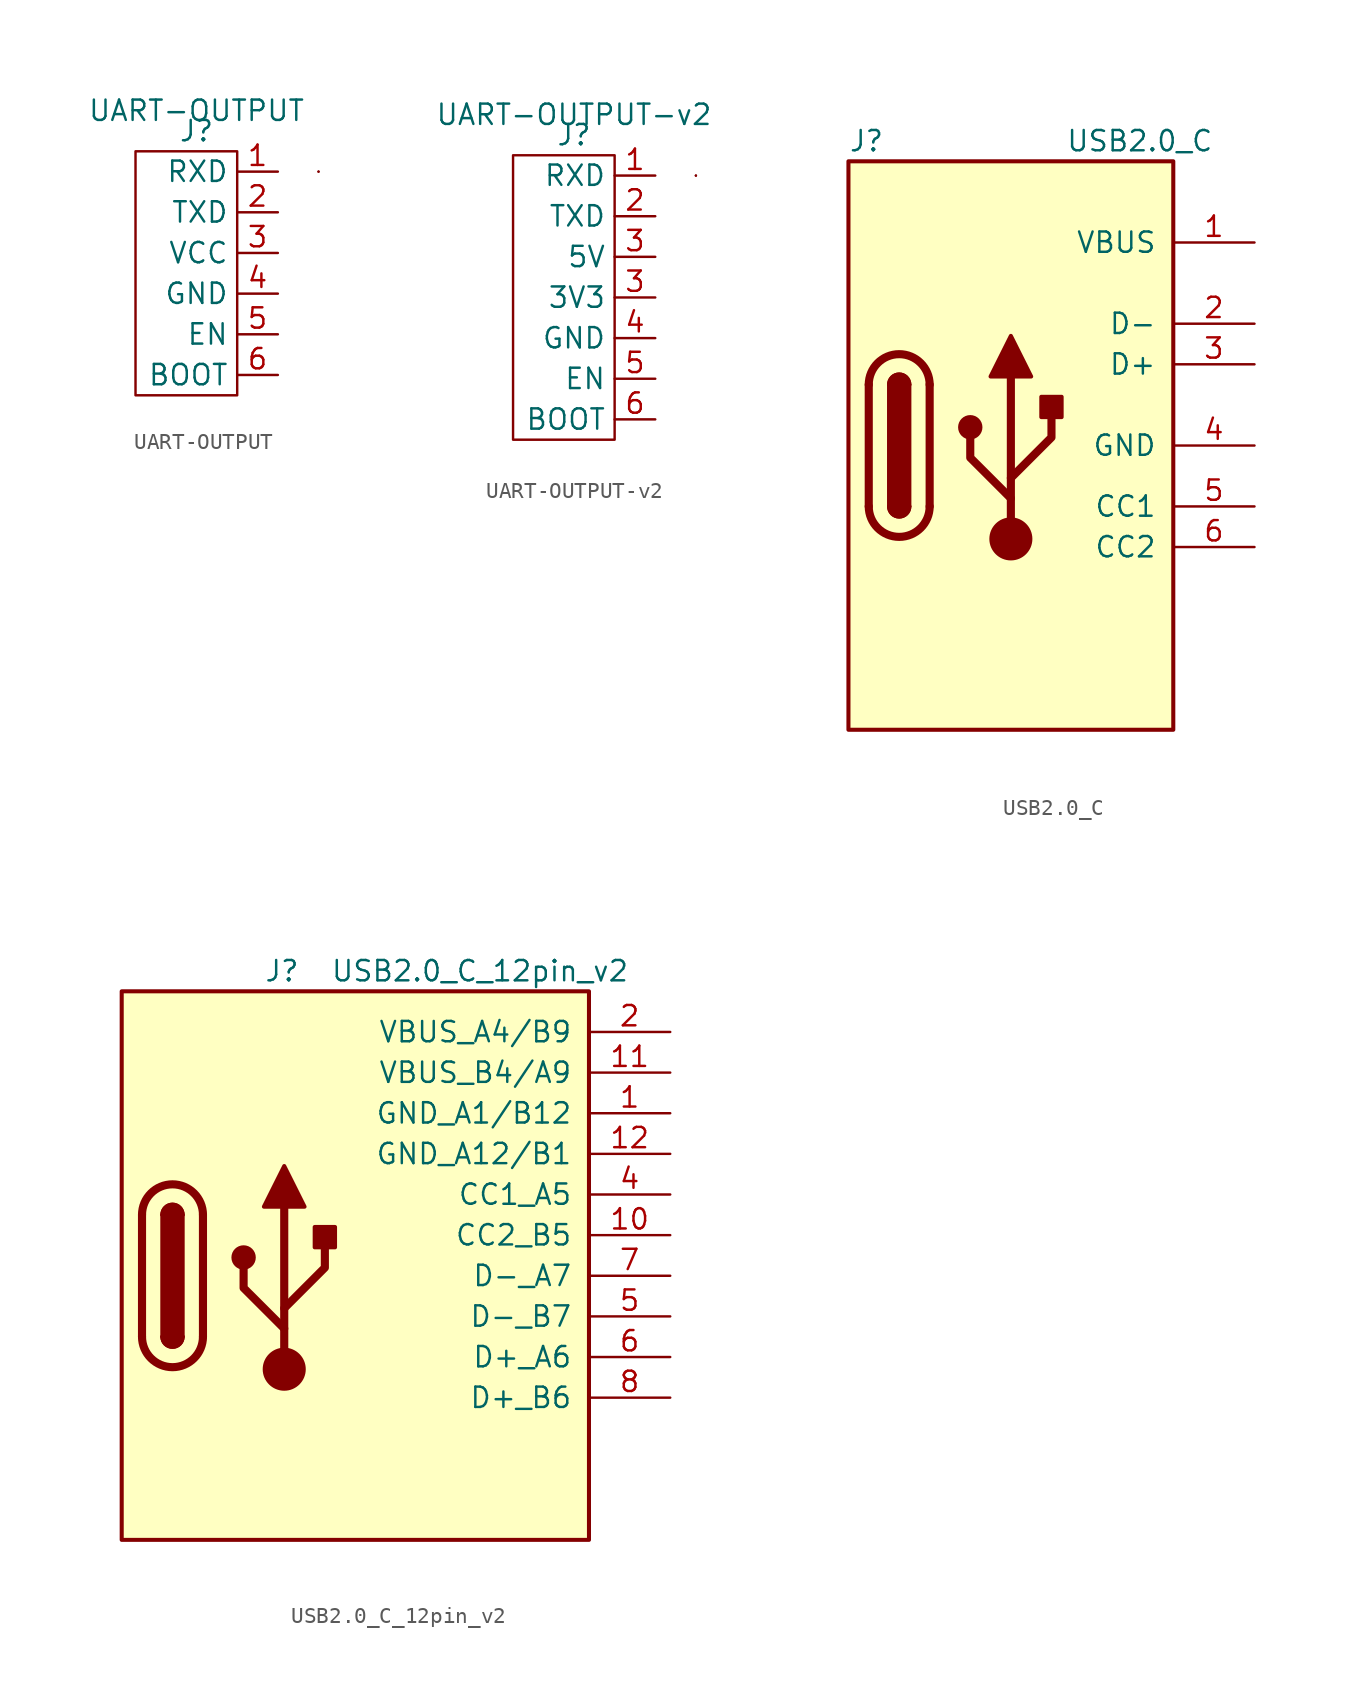
<source format=kicad_sym>
(kicad_symbol_lib
  (version 20211014)
  (generator kicad_symbol_editor)
  (symbol "UART-OUTPUT"
    (property "Reference" "J"
      (at 0 1.27 0)
      (effects (font (size 1.27 1.27))))
    (property "Value" "UART-OUTPUT"
      (at 0 2.54 0)
      (effects (font (size 1.27 1.27))))
    (symbol "UART-OUTPUT_0_1"
      (rectangle (start 2.54 0) (end -3.81 -15.24) (stroke (width 0.152) (type default) (color 0 0 0 0)) (fill (type none)))
      (rectangle (start 7.62 -1.27) (end 7.62 -1.27) (stroke (width 0.152) (type default) (color 0 0 0 0)) (fill (type none)))
      (rectangle (start 7.62 -1.27) (end 7.62 -1.27) (stroke (width 0.152) (type default) (color 0 0 0 0)) (fill (type none))))
    (symbol "UART-OUTPUT_1_1"
      (pin output line (at 5.08 -1.27 180) (length 2.54) (name "RXD" (effects (font (size 1.27 1.27)))) (number "1" (effects (font (size 1.27 1.27)))))
      (pin input line (at 5.08 -3.81 180) (length 2.54) (name "TXD" (effects (font (size 1.27 1.27)))) (number "2" (effects (font (size 1.27 1.27)))))
      (pin power_in line (at 5.08 -6.35 180) (length 2.54) (name "VCC" (effects (font (size 1.27 1.27)))) (number "3" (effects (font (size 1.27 1.27)))))
      (pin power_in line (at 5.08 -8.89 180) (length 2.54) (name "GND" (effects (font (size 1.27 1.27)))) (number "4" (effects (font (size 1.27 1.27)))))
      (pin input line (at 5.08 -11.43 180) (length 2.54) (name "EN" (effects (font (size 1.27 1.27)))) (number "5" (effects (font (size 1.27 1.27)))))
      (pin input line (at 5.08 -13.97 180) (length 2.54) (name "BOOT" (effects (font (size 1.27 1.27)))) (number "6" (effects (font (size 1.27 1.27)))))))
  (symbol "UART-OUTPUT-v2"
    (property "Reference" "J"
      (at 0 1.27 0)
      (effects (font (size 1.27 1.27))))
    (property "Value" "UART-OUTPUT-v2"
      (at 0 2.54 0)
      (effects (font (size 1.27 1.27))))
    (symbol "UART-OUTPUT-v2_0_1"
      (rectangle (start -3.81 0) (end 2.54 -17.78) (stroke (width 0.152) (type default) (color 0 0 0 0)) (fill (type none)))
      (rectangle (start 7.62 -1.27) (end 7.62 -1.27) (stroke (width 0.152) (type default) (color 0 0 0 0)) (fill (type none)))
      (rectangle (start 7.62 -1.27) (end 7.62 -1.27) (stroke (width 0.152) (type default) (color 0 0 0 0)) (fill (type none))))
    (symbol "UART-OUTPUT-v2_1_1"
      (pin output line (at 5.08 -1.27 180) (length 2.54) (name "RXD" (effects (font (size 1.27 1.27)))) (number "1" (effects (font (size 1.27 1.27)))))
      (pin input line (at 5.08 -3.81 180) (length 2.54) (name "TXD" (effects (font (size 1.27 1.27)))) (number "2" (effects (font (size 1.27 1.27)))))
      (pin power_in line (at 5.08 -8.89 180) (length 2.54) (name "3V3" (effects (font (size 1.27 1.27)))) (number "3" (effects (font (size 1.27 1.27)))))
      (pin power_in line (at 5.08 -6.35 180) (length 2.54) (name "5V" (effects (font (size 1.27 1.27)))) (number "3" (effects (font (size 1.27 1.27)))))
      (pin power_in line (at 5.08 -11.43 180) (length 2.54) (name "GND" (effects (font (size 1.27 1.27)))) (number "4" (effects (font (size 1.27 1.27)))))
      (pin input line (at 5.08 -13.97 180) (length 2.54) (name "EN" (effects (font (size 1.27 1.27)))) (number "5" (effects (font (size 1.27 1.27)))))
      (pin input line (at 5.08 -16.51 180) (length 2.54) (name "BOOT" (effects (font (size 1.27 1.27)))) (number "6" (effects (font (size 1.27 1.27)))))))
  (symbol "USB2.0_C"
    (pin_names
      (offset 1.016))
    (property "Reference" "J"
      (at -10.16 19.05 0)
      (effects (font (size 1.27 1.27)) (justify left)))
    (property "Value" "USB2.0_C"
      (at 12.7 19.05 0)
      (effects (font (size 1.27 1.27)) (justify right)))
    (symbol "USB2.0_C_0_1"
      (rectangle (start -10.16 17.78) (end 10.16 -17.78) (stroke (width 0.254) (type default) (color 0 0 0 0)) (fill (type background)))
      (arc (start -8.89 -3.81) (mid -6.985 -5.715) (end -5.08 -3.81) (stroke (width 0.508) (type default) (color 0 0 0 0)) (fill (type none)))
      (arc (start -7.62 -3.81) (mid -6.985 -4.445) (end -6.35 -3.81) (stroke (width 0.254) (type default) (color 0 0 0 0)) (fill (type none)))
      (arc (start -7.62 -3.81) (mid -6.985 -4.445) (end -6.35 -3.81) (stroke (width 0.254) (type default) (color 0 0 0 0)) (fill (type outline)))
      (rectangle (start -7.62 -3.81) (end -6.35 3.81) (stroke (width 0.254) (type default) (color 0 0 0 0)) (fill (type outline)))
      (arc (start -6.35 3.81) (mid -6.985 4.445) (end -7.62 3.81) (stroke (width 0.254) (type default) (color 0 0 0 0)) (fill (type none)))
      (arc (start -6.35 3.81) (mid -6.985 4.445) (end -7.62 3.81) (stroke (width 0.254) (type default) (color 0 0 0 0)) (fill (type outline)))
      (arc (start -5.08 3.81) (mid -6.985 5.715) (end -8.89 3.81) (stroke (width 0.508) (type default) (color 0 0 0 0)) (fill (type none)))
      (circle (center -2.54 1.143) (radius 0.635) (stroke (width 0.254) (type default) (color 0 0 0 0)) (fill (type outline)))
      (circle (center 0 -5.842) (radius 1.27) (stroke (width 0) (type default) (color 0 0 0 0)) (fill (type outline)))
      (polyline (pts (xy -8.89 -3.81) (xy -8.89 3.81)) (stroke (width 0.508) (type default) (color 0 0 0 0)) (fill (type none)))
      (polyline (pts (xy -5.08 3.81) (xy -5.08 -3.81)) (stroke (width 0.508) (type default) (color 0 0 0 0)) (fill (type none)))
      (polyline (pts (xy 0 -5.842) (xy 0 4.318)) (stroke (width 0.508) (type default) (color 0 0 0 0)) (fill (type none)))
      (polyline (pts (xy 0 -3.302) (xy -2.54 -0.762) (xy -2.54 0.508)) (stroke (width 0.508) (type default) (color 0 0 0 0)) (fill (type none)))
      (polyline (pts (xy 0 -2.032) (xy 2.54 0.508) (xy 2.54 1.778)) (stroke (width 0.508) (type default) (color 0 0 0 0)) (fill (type none)))
      (polyline (pts (xy -1.27 4.318) (xy 0 6.858) (xy 1.27 4.318) (xy -1.27 4.318)) (stroke (width 0.254) (type default) (color 0 0 0 0)) (fill (type outline)))
      (rectangle (start 1.905 1.778) (end 3.175 3.048) (stroke (width 0.254) (type default) (color 0 0 0 0)) (fill (type outline))))
    (symbol "USB2.0_C_1_1"
      (pin power_out line (at 15.24 12.7 180) (length 5.08) (name "VBUS" (effects (font (size 1.27 1.27)))) (number "1" (effects (font (size 1.27 1.27)))))
      (pin bidirectional line (at 15.24 7.62 180) (length 5.08) (name "D-" (effects (font (size 1.27 1.27)))) (number "2" (effects (font (size 1.27 1.27)))))
      (pin bidirectional line (at 15.24 5.08 180) (length 5.08) (name "D+" (effects (font (size 1.27 1.27)))) (number "3" (effects (font (size 1.27 1.27)))))
      (pin power_out line (at 15.24 0 180) (length 5.08) (name "GND" (effects (font (size 1.27 1.27)))) (number "4" (effects (font (size 1.27 1.27)))))
      (pin bidirectional line (at 15.24 -3.81 180) (length 5.08) (name "CC1" (effects (font (size 1.27 1.27)))) (number "5" (effects (font (size 1.27 1.27)))))
      (pin bidirectional line (at 15.24 -6.35 180) (length 5.08) (name "CC2" (effects (font (size 1.27 1.27)))) (number "6" (effects (font (size 1.27 1.27)))))))
  (symbol "USB2.0_C_12pin_v2"
    (pin_names
      (offset 1.016))
    (property "Reference" "J"
      (at -10.16 19.05 0)
      (effects (font (size 1.27 1.27)) (justify left)))
    (property "Value" "USB2.0_C_12pin_v2"
      (at 12.7 19.05 0)
      (effects (font (size 1.27 1.27)) (justify right)))
    (symbol "USB2.0_C_12pin_v2_0_1"
      (rectangle (start -19.05 17.78) (end 10.16 -16.51) (stroke (width 0.254) (type default) (color 0 0 0 0)) (fill (type background)))
      (arc (start -17.78 -3.81) (mid -15.875 -5.715) (end -13.97 -3.81) (stroke (width 0.508) (type default) (color 0 0 0 0)) (fill (type none)))
      (arc (start -16.51 -3.81) (mid -15.875 -4.445) (end -15.24 -3.81) (stroke (width 0.254) (type default) (color 0 0 0 0)) (fill (type none)))
      (arc (start -16.51 -3.81) (mid -15.875 -4.445) (end -15.24 -3.81) (stroke (width 0.254) (type default) (color 0 0 0 0)) (fill (type outline)))
      (rectangle (start -16.51 -3.81) (end -15.24 3.81) (stroke (width 0.254) (type default) (color 0 0 0 0)) (fill (type outline)))
      (arc (start -15.24 3.81) (mid -15.875 4.445) (end -16.51 3.81) (stroke (width 0.254) (type default) (color 0 0 0 0)) (fill (type none)))
      (arc (start -15.24 3.81) (mid -15.875 4.445) (end -16.51 3.81) (stroke (width 0.254) (type default) (color 0 0 0 0)) (fill (type outline)))
      (arc (start -13.97 3.81) (mid -15.875 5.715) (end -17.78 3.81) (stroke (width 0.508) (type default) (color 0 0 0 0)) (fill (type none)))
      (circle (center -11.43 1.143) (radius 0.635) (stroke (width 0.254) (type default) (color 0 0 0 0)) (fill (type outline)))
      (circle (center -8.89 -5.842) (radius 1.27) (stroke (width 0) (type default) (color 0 0 0 0)) (fill (type outline)))
      (rectangle (start -6.985 1.778) (end -5.715 3.048) (stroke (width 0.254) (type default) (color 0 0 0 0)) (fill (type outline)))
      (polyline (pts (xy -17.78 -3.81) (xy -17.78 3.81)) (stroke (width 0.508) (type default) (color 0 0 0 0)) (fill (type none)))
      (polyline (pts (xy -13.97 3.81) (xy -13.97 -3.81)) (stroke (width 0.508) (type default) (color 0 0 0 0)) (fill (type none)))
      (polyline (pts (xy -8.89 -5.842) (xy -8.89 4.318)) (stroke (width 0.508) (type default) (color 0 0 0 0)) (fill (type none)))
      (polyline (pts (xy -8.89 -3.302) (xy -11.43 -0.762) (xy -11.43 0.508)) (stroke (width 0.508) (type default) (color 0 0 0 0)) (fill (type none)))
      (polyline (pts (xy -8.89 -2.032) (xy -6.35 0.508) (xy -6.35 1.778)) (stroke (width 0.508) (type default) (color 0 0 0 0)) (fill (type none)))
      (polyline (pts (xy -10.16 4.318) (xy -8.89 6.858) (xy -7.62 4.318) (xy -10.16 4.318)) (stroke (width 0.254) (type default) (color 0 0 0 0)) (fill (type outline))))
    (symbol "USB2.0_C_12pin_v2_1_1"
      (pin power_out line (at 15.24 10.16 180) (length 5.08) (name "GND_A1/B12" (effects (font (size 1.27 1.27)))) (number "1" (effects (font (size 1.27 1.27)))))
      (pin passive line (at 15.24 2.54 180) (length 5.08) (name "CC2_B5" (effects (font (size 1.27 1.27)))) (number "10" (effects (font (size 1.27 1.27)))))
      (pin power_out line (at 15.24 12.7 180) (length 5.08) (name "VBUS_B4/A9" (effects (font (size 1.27 1.27)))) (number "11" (effects (font (size 1.27 1.27)))))
      (pin power_out line (at 15.24 7.62 180) (length 5.08) (name "GND_A12/B1" (effects (font (size 1.27 1.27)))) (number "12" (effects (font (size 1.27 1.27)))))
      (pin power_out line (at 15.24 15.24 180) (length 5.08) (name "VBUS_A4/B9" (effects (font (size 1.27 1.27)))) (number "2" (effects (font (size 1.27 1.27)))))
      (pin passive line (at 15.24 5.08 180) (length 5.08) (name "CC1_A5" (effects (font (size 1.27 1.27)))) (number "4" (effects (font (size 1.27 1.27)))))
      (pin bidirectional line (at 15.24 -2.54 180) (length 5.08) (name "D-_B7" (effects (font (size 1.27 1.27)))) (number "5" (effects (font (size 1.27 1.27)))))
      (pin bidirectional line (at 15.24 -5.08 180) (length 5.08) (name "D+_A6" (effects (font (size 1.27 1.27)))) (number "6" (effects (font (size 1.27 1.27)))))
      (pin bidirectional line (at 15.24 0 180) (length 5.08) (name "D-_A7" (effects (font (size 1.27 1.27)))) (number "7" (effects (font (size 1.27 1.27)))))
      (pin bidirectional line (at 15.24 -7.62 180) (length 5.08) (name "D+_B6" (effects (font (size 1.27 1.27)))) (number "8" (effects (font (size 1.27 1.27))))))))
</source>
